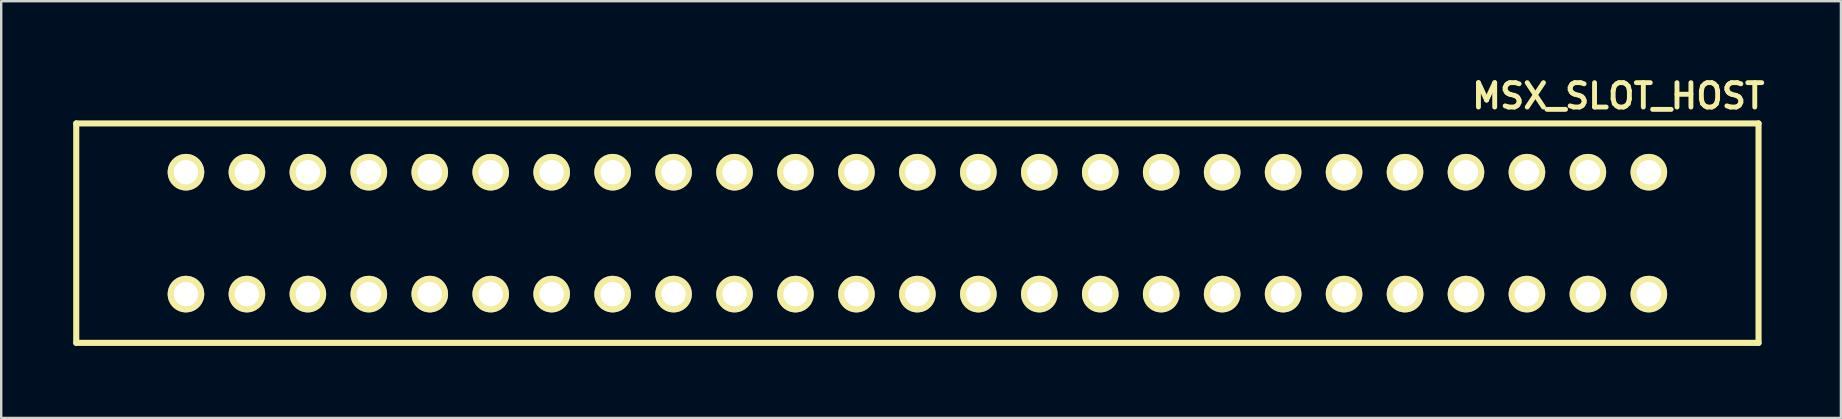
<source format=kicad_pcb>
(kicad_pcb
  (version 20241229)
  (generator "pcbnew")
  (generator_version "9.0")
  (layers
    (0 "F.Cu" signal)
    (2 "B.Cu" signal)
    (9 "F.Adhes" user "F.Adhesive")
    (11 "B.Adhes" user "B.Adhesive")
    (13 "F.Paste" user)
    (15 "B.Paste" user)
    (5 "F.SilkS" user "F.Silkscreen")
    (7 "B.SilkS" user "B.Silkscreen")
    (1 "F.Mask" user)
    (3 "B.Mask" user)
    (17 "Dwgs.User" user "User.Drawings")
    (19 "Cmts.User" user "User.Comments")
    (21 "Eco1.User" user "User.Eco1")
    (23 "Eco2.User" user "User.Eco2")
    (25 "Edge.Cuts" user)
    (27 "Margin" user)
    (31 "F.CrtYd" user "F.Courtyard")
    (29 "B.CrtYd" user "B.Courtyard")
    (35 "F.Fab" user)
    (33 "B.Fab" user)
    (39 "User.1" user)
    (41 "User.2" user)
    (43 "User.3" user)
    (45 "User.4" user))
  (footprint "MSX_SLOT_HOST"
    (layer "F.Cu")
    (at 35.179 6.666)
    (property "Reference" "MSX_SLOT_HOST" (at 29.21 -5.715 0) (layer "F.SilkS") (effects (font (size 1.016 1.016) (thickness 0.203))))
    (attr through_hole)
    (fp_line (start -35.052 -4.572) (end 35.052 -4.572) (stroke (width 0.254) (type solid)) (layer "F.SilkS"))
    (fp_line (start -35.052 4.572) (end -35.052 -4.572) (stroke (width 0.254) (type solid)) (layer "F.SilkS"))
    (fp_line (start 35.052 -4.572) (end 35.052 4.572) (stroke (width 0.254) (type solid)) (layer "F.SilkS"))
    (fp_line (start 35.052 4.572) (end -35.052 4.572) (stroke (width 0.254) (type solid)) (layer "F.SilkS"))
    (pad "1" thru_hole circle (at -30.48 2.54 180) (size 1.524 1.524) (drill 1.016) (layers "*.Cu" "*.Mask" "F.SilkS"))
    (pad "2" thru_hole circle (at -30.48 -2.54 180) (size 1.524 1.524) (drill 1.016) (layers "*.Cu" "*.Mask" "F.SilkS"))
    (pad "3" thru_hole circle (at -27.94 2.54 180) (size 1.524 1.524) (drill 1.016) (layers "*.Cu" "*.Mask" "F.SilkS"))
    (pad "4" thru_hole circle (at -27.94 -2.54 180) (size 1.524 1.524) (drill 1.016) (layers "*.Cu" "*.Mask" "F.SilkS"))
    (pad "5" thru_hole circle (at -25.4 2.54 180) (size 1.524 1.524) (drill 1.016) (layers "*.Cu" "*.Mask" "F.SilkS"))
    (pad "6" thru_hole circle (at -25.4 -2.54 180) (size 1.524 1.524) (drill 1.016) (layers "*.Cu" "*.Mask" "F.SilkS"))
    (pad "7" thru_hole circle (at -22.86 2.54 180) (size 1.524 1.524) (drill 1.016) (layers "*.Cu" "*.Mask" "F.SilkS"))
    (pad "8" thru_hole circle (at -22.86 -2.54 180) (size 1.524 1.524) (drill 1.016) (layers "*.Cu" "*.Mask" "F.SilkS"))
    (pad "9" thru_hole circle (at -20.32 2.54 180) (size 1.524 1.524) (drill 1.016) (layers "*.Cu" "*.Mask" "F.SilkS"))
    (pad "10" thru_hole circle (at -20.32 -2.54 180) (size 1.524 1.524) (drill 1.016) (layers "*.Cu" "*.Mask" "F.SilkS"))
    (pad "11" thru_hole circle (at -17.78 2.54 180) (size 1.524 1.524) (drill 1.016) (layers "*.Cu" "*.Mask" "F.SilkS"))
    (pad "12" thru_hole circle (at -17.78 -2.54 180) (size 1.524 1.524) (drill 1.016) (layers "*.Cu" "*.Mask" "F.SilkS"))
    (pad "13" thru_hole circle (at -15.24 2.54 180) (size 1.524 1.524) (drill 1.016) (layers "*.Cu" "*.Mask" "F.SilkS"))
    (pad "14" thru_hole circle (at -15.24 -2.54 180) (size 1.524 1.524) (drill 1.016) (layers "*.Cu" "*.Mask" "F.SilkS"))
    (pad "15" thru_hole circle (at -12.7 2.54 180) (size 1.524 1.524) (drill 1.016) (layers "*.Cu" "*.Mask" "F.SilkS"))
    (pad "16" thru_hole circle (at -12.7 -2.54 180) (size 1.524 1.524) (drill 1.016) (layers "*.Cu" "*.Mask" "F.SilkS"))
    (pad "17" thru_hole circle (at -10.16 2.54 180) (size 1.524 1.524) (drill 1.016) (layers "*.Cu" "*.Mask" "F.SilkS"))
    (pad "18" thru_hole circle (at -10.16 -2.54 180) (size 1.524 1.524) (drill 1.016) (layers "*.Cu" "*.Mask" "F.SilkS"))
    (pad "19" thru_hole circle (at -7.62 2.54 180) (size 1.524 1.524) (drill 1.016) (layers "*.Cu" "*.Mask" "F.SilkS"))
    (pad "20" thru_hole circle (at -7.62 -2.54 180) (size 1.524 1.524) (drill 1.016) (layers "*.Cu" "*.Mask" "F.SilkS"))
    (pad "21" thru_hole circle (at -5.08 2.54 180) (size 1.524 1.524) (drill 1.016) (layers "*.Cu" "*.Mask" "F.SilkS"))
    (pad "22" thru_hole circle (at -5.08 -2.54 180) (size 1.524 1.524) (drill 1.016) (layers "*.Cu" "*.Mask" "F.SilkS"))
    (pad "23" thru_hole circle (at -2.54 2.54 180) (size 1.524 1.524) (drill 1.016) (layers "*.Cu" "*.Mask" "F.SilkS"))
    (pad "24" thru_hole circle (at -2.54 -2.54 180) (size 1.524 1.524) (drill 1.016) (layers "*.Cu" "*.Mask" "F.SilkS"))
    (pad "25" thru_hole circle (at 0 2.54 180) (size 1.524 1.524) (drill 1.016) (layers "*.Cu" "*.Mask" "F.SilkS"))
    (pad "26" thru_hole circle (at 0 -2.54 180) (size 1.524 1.524) (drill 1.016) (layers "*.Cu" "*.Mask" "F.SilkS"))
    (pad "27" thru_hole circle (at 2.54 2.54 180) (size 1.524 1.524) (drill 1.016) (layers "*.Cu" "*.Mask" "F.SilkS"))
    (pad "28" thru_hole circle (at 2.54 -2.54 180) (size 1.524 1.524) (drill 1.016) (layers "*.Cu" "*.Mask" "F.SilkS"))
    (pad "29" thru_hole circle (at 5.08 2.54 180) (size 1.524 1.524) (drill 1.016) (layers "*.Cu" "*.Mask" "F.SilkS"))
    (pad "30" thru_hole circle (at 5.08 -2.54 180) (size 1.524 1.524) (drill 1.016) (layers "*.Cu" "*.Mask" "F.SilkS"))
    (pad "31" thru_hole circle (at 7.62 2.54 180) (size 1.524 1.524) (drill 1.016) (layers "*.Cu" "*.Mask" "F.SilkS"))
    (pad "32" thru_hole circle (at 7.62 -2.54 180) (size 1.524 1.524) (drill 1.016) (layers "*.Cu" "*.Mask" "F.SilkS"))
    (pad "33" thru_hole circle (at 10.16 2.54 180) (size 1.524 1.524) (drill 1.016) (layers "*.Cu" "*.Mask" "F.SilkS"))
    (pad "34" thru_hole circle (at 10.16 -2.54 180) (size 1.524 1.524) (drill 1.016) (layers "*.Cu" "*.Mask" "F.SilkS"))
    (pad "35" thru_hole circle (at 12.7 2.54 180) (size 1.524 1.524) (drill 1.016) (layers "*.Cu" "*.Mask" "F.SilkS"))
    (pad "36" thru_hole circle (at 12.7 -2.54 180) (size 1.524 1.524) (drill 1.016) (layers "*.Cu" "*.Mask" "F.SilkS"))
    (pad "37" thru_hole circle (at 15.24 2.54 180) (size 1.524 1.524) (drill 1.016) (layers "*.Cu" "*.Mask" "F.SilkS"))
    (pad "38" thru_hole circle (at 15.24 -2.54 180) (size 1.524 1.524) (drill 1.016) (layers "*.Cu" "*.Mask" "F.SilkS"))
    (pad "39" thru_hole circle (at 17.78 2.54 180) (size 1.524 1.524) (drill 1.016) (layers "*.Cu" "*.Mask" "F.SilkS"))
    (pad "40" thru_hole circle (at 17.78 -2.54 180) (size 1.524 1.524) (drill 1.016) (layers "*.Cu" "*.Mask" "F.SilkS"))
    (pad "41" thru_hole circle (at 20.32 2.54 180) (size 1.524 1.524) (drill 1.016) (layers "*.Cu" "*.Mask" "F.SilkS"))
    (pad "42" thru_hole circle (at 20.32 -2.54 180) (size 1.524 1.524) (drill 1.016) (layers "*.Cu" "*.Mask" "F.SilkS"))
    (pad "43" thru_hole circle (at 22.86 2.54 180) (size 1.524 1.524) (drill 1.016) (layers "*.Cu" "*.Mask" "F.SilkS"))
    (pad "44" thru_hole circle (at 22.86 -2.54 180) (size 1.524 1.524) (drill 1.016) (layers "*.Cu" "*.Mask" "F.SilkS"))
    (pad "45" thru_hole circle (at 25.4 2.54 180) (size 1.524 1.524) (drill 1.016) (layers "*.Cu" "*.Mask" "F.SilkS"))
    (pad "46" thru_hole circle (at 25.4 -2.54 180) (size 1.524 1.524) (drill 1.016) (layers "*.Cu" "*.Mask" "F.SilkS"))
    (pad "47" thru_hole circle (at 27.94 2.54 180) (size 1.524 1.524) (drill 1.016) (layers "*.Cu" "*.Mask" "F.SilkS"))
    (pad "48" thru_hole circle (at 27.94 -2.54 180) (size 1.524 1.524) (drill 1.016) (layers "*.Cu" "*.Mask" "F.SilkS"))
    (pad "49" thru_hole circle (at 30.48 2.54 180) (size 1.524 1.524) (drill 1.016) (layers "*.Cu" "*.Mask" "F.SilkS"))
    (pad "50" thru_hole circle (at 30.48 -2.54 180) (size 1.524 1.524) (drill 1.016) (layers "*.Cu" "*.Mask" "F.SilkS")))
  (gr_rect
    (start -3 -3)
    (end 73.664 14.365)
    (stroke (width 0.1) (type default))
    (fill no)
    (layer "Edge.Cuts")))
</source>
